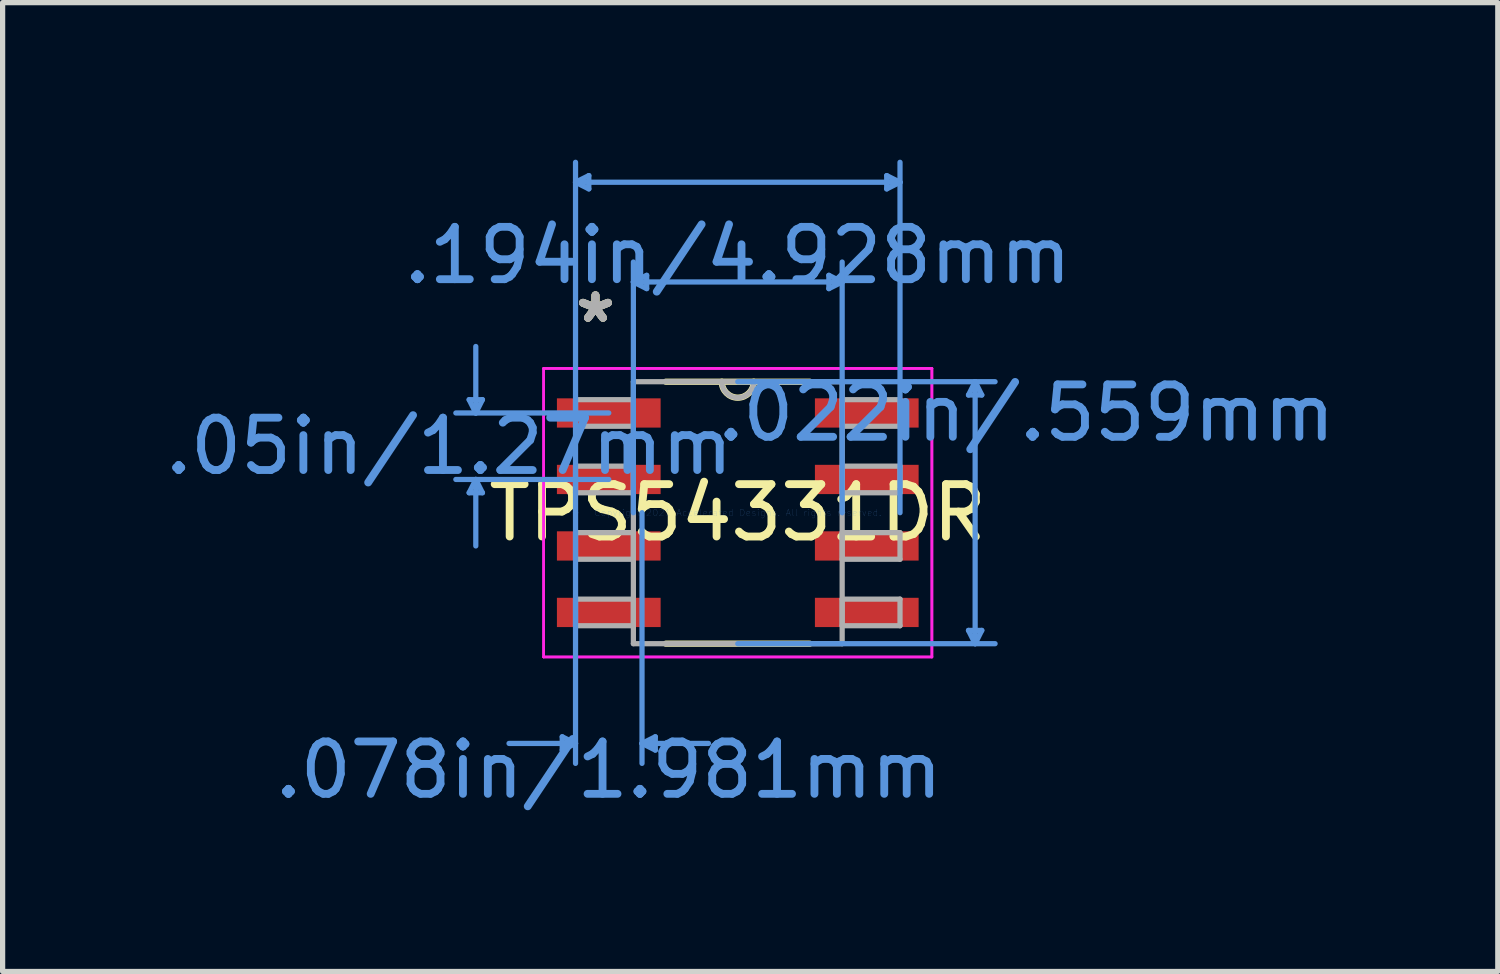
<source format=kicad_pcb>
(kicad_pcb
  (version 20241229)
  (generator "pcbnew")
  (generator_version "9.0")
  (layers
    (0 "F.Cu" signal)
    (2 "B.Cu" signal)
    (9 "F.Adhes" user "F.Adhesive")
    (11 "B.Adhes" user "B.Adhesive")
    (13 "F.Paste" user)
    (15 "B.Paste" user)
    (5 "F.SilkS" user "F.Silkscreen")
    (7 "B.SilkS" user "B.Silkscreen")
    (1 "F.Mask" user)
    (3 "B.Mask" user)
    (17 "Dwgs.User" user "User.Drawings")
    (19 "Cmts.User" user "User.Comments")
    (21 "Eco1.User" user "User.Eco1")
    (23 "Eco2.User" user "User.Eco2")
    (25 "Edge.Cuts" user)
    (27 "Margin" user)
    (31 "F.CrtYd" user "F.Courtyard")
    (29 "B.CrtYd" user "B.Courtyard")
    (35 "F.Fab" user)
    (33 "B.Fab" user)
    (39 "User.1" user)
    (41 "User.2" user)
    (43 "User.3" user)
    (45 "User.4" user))
  (footprint "TPS54331DR"
    (layer "F.Cu")
    (at 11.042 6.743)
    (property "Reference" "TPS54331DR" (at 0 0 0) (layer "F.SilkS") (effects (font (size 1 1) (thickness 0.15))))
    (attr through_hole)
    (fp_line (start -1.374 2.502) (end 1.374 2.502) (stroke (width 0.12) (type solid)) (layer "F.SilkS"))
    (fp_line (start 1.374 -2.502) (end -1.374 -2.502) (stroke (width 0.12) (type solid)) (layer "F.SilkS"))
    (fp_arc (start 0.3048 -2.5019) (mid 0 -2.1971) (end -0.3048 -2.5019) (stroke (width 0.12) (type solid)) (layer "F.SilkS"))
    (fp_line (start -5.131 -2.159) (end -4.877 -2.159) (stroke (width 0.1) (type solid)) (layer "Cmts.User"))
    (fp_line (start -5.131 -0.381) (end -4.877 -0.381) (stroke (width 0.1) (type solid)) (layer "Cmts.User"))
    (fp_line (start -5.004 -1.905) (end -5.131 -2.159) (stroke (width 0.1) (type solid)) (layer "Cmts.User"))
    (fp_line (start -5.004 -1.905) (end -5.004 -3.175) (stroke (width 0.1) (type solid)) (layer "Cmts.User"))
    (fp_line (start -5.004 -1.905) (end -4.877 -2.159) (stroke (width 0.1) (type solid)) (layer "Cmts.User"))
    (fp_line (start -5.004 -0.635) (end -5.131 -0.381) (stroke (width 0.1) (type solid)) (layer "Cmts.User"))
    (fp_line (start -5.004 -0.635) (end -5.004 0.635) (stroke (width 0.1) (type solid)) (layer "Cmts.User"))
    (fp_line (start -5.004 -0.635) (end -4.877 -0.381) (stroke (width 0.1) (type solid)) (layer "Cmts.User"))
    (fp_line (start -3.353 4.28) (end -3.353 4.534) (stroke (width 0.1) (type solid)) (layer "Cmts.User"))
    (fp_line (start -3.099 -6.312) (end -2.845 -6.439) (stroke (width 0.1) (type solid)) (layer "Cmts.User"))
    (fp_line (start -3.099 -6.312) (end -2.845 -6.185) (stroke (width 0.1) (type solid)) (layer "Cmts.User"))
    (fp_line (start -3.099 -6.312) (end 3.099 -6.312) (stroke (width 0.1) (type solid)) (layer "Cmts.User"))
    (fp_line (start -3.099 0) (end -3.099 -6.693) (stroke (width 0.1) (type solid)) (layer "Cmts.User"))
    (fp_line (start -3.099 0) (end -3.099 4.788) (stroke (width 0.1) (type solid)) (layer "Cmts.User"))
    (fp_line (start -3.099 4.407) (end -4.369 4.407) (stroke (width 0.1) (type solid)) (layer "Cmts.User"))
    (fp_line (start -3.099 4.407) (end -3.353 4.28) (stroke (width 0.1) (type solid)) (layer "Cmts.User"))
    (fp_line (start -3.099 4.407) (end -3.353 4.534) (stroke (width 0.1) (type solid)) (layer "Cmts.User"))
    (fp_line (start -2.845 -6.439) (end -2.845 -6.185) (stroke (width 0.1) (type solid)) (layer "Cmts.User"))
    (fp_line (start -2.464 -1.905) (end -5.385 -1.905) (stroke (width 0.1) (type solid)) (layer "Cmts.User"))
    (fp_line (start -2.464 -0.635) (end -5.385 -0.635) (stroke (width 0.1) (type solid)) (layer "Cmts.User"))
    (fp_line (start -1.994 -4.407) (end -1.74 -4.534) (stroke (width 0.1) (type solid)) (layer "Cmts.User"))
    (fp_line (start -1.994 -4.407) (end -1.74 -4.28) (stroke (width 0.1) (type solid)) (layer "Cmts.User"))
    (fp_line (start -1.994 -4.407) (end 1.994 -4.407) (stroke (width 0.1) (type solid)) (layer "Cmts.User"))
    (fp_line (start -1.994 0) (end -1.994 -4.788) (stroke (width 0.1) (type solid)) (layer "Cmts.User"))
    (fp_line (start -1.829 0) (end -1.829 4.788) (stroke (width 0.1) (type solid)) (layer "Cmts.User"))
    (fp_line (start -1.829 4.407) (end -1.575 4.28) (stroke (width 0.1) (type solid)) (layer "Cmts.User"))
    (fp_line (start -1.829 4.407) (end -1.575 4.534) (stroke (width 0.1) (type solid)) (layer "Cmts.User"))
    (fp_line (start -1.829 4.407) (end -0.559 4.407) (stroke (width 0.1) (type solid)) (layer "Cmts.User"))
    (fp_line (start -1.74 -4.534) (end -1.74 -4.28) (stroke (width 0.1) (type solid)) (layer "Cmts.User"))
    (fp_line (start -1.575 4.28) (end -1.575 4.534) (stroke (width 0.1) (type solid)) (layer "Cmts.User"))
    (fp_line (start 0 -2.502) (end 4.915 -2.502) (stroke (width 0.1) (type solid)) (layer "Cmts.User"))
    (fp_line (start 0 2.502) (end 4.915 2.502) (stroke (width 0.1) (type solid)) (layer "Cmts.User"))
    (fp_line (start 1.74 -4.534) (end 1.74 -4.28) (stroke (width 0.1) (type solid)) (layer "Cmts.User"))
    (fp_line (start 1.994 -4.407) (end 1.74 -4.534) (stroke (width 0.1) (type solid)) (layer "Cmts.User"))
    (fp_line (start 1.994 -4.407) (end 1.74 -4.28) (stroke (width 0.1) (type solid)) (layer "Cmts.User"))
    (fp_line (start 1.994 0) (end 1.994 -4.788) (stroke (width 0.1) (type solid)) (layer "Cmts.User"))
    (fp_line (start 2.845 -6.439) (end 2.845 -6.185) (stroke (width 0.1) (type solid)) (layer "Cmts.User"))
    (fp_line (start 3.099 -6.312) (end 2.845 -6.439) (stroke (width 0.1) (type solid)) (layer "Cmts.User"))
    (fp_line (start 3.099 -6.312) (end 2.845 -6.185) (stroke (width 0.1) (type solid)) (layer "Cmts.User"))
    (fp_line (start 3.099 0) (end 3.099 -6.693) (stroke (width 0.1) (type solid)) (layer "Cmts.User"))
    (fp_line (start 4.407 -2.248) (end 4.661 -2.248) (stroke (width 0.1) (type solid)) (layer "Cmts.User"))
    (fp_line (start 4.407 2.248) (end 4.661 2.248) (stroke (width 0.1) (type solid)) (layer "Cmts.User"))
    (fp_line (start 4.534 -2.502) (end 4.407 -2.248) (stroke (width 0.1) (type solid)) (layer "Cmts.User"))
    (fp_line (start 4.534 -2.502) (end 4.534 2.502) (stroke (width 0.1) (type solid)) (layer "Cmts.User"))
    (fp_line (start 4.534 -2.502) (end 4.661 -2.248) (stroke (width 0.1) (type solid)) (layer "Cmts.User"))
    (fp_line (start 4.534 2.502) (end 4.407 2.248) (stroke (width 0.1) (type solid)) (layer "Cmts.User"))
    (fp_line (start 4.534 2.502) (end 4.661 2.248) (stroke (width 0.1) (type solid)) (layer "Cmts.User"))
    (fp_line (start -3.708 -2.756) (end 3.708 -2.756) (stroke (width 0.05) (type solid)) (layer "F.CrtYd"))
    (fp_line (start -3.708 -2.756) (end 3.708 -2.756) (stroke (width 0.05) (type solid)) (layer "F.CrtYd"))
    (fp_line (start -3.708 2.756) (end -3.708 -2.756) (stroke (width 0.05) (type solid)) (layer "F.CrtYd"))
    (fp_line (start -3.708 2.756) (end -3.708 -2.756) (stroke (width 0.05) (type solid)) (layer "F.CrtYd"))
    (fp_line (start 3.708 -2.756) (end 3.708 2.756) (stroke (width 0.05) (type solid)) (layer "F.CrtYd"))
    (fp_line (start 3.708 -2.756) (end 3.708 2.756) (stroke (width 0.05) (type solid)) (layer "F.CrtYd"))
    (fp_line (start 3.708 2.756) (end -3.708 2.756) (stroke (width 0.05) (type solid)) (layer "F.CrtYd"))
    (fp_line (start 3.708 2.756) (end -3.708 2.756) (stroke (width 0.05) (type solid)) (layer "F.CrtYd"))
    (fp_line (start -3.099 -2.159) (end -3.099 -1.651) (stroke (width 0.1) (type solid)) (layer "F.Fab"))
    (fp_line (start -3.099 -1.651) (end -1.994 -1.651) (stroke (width 0.1) (type solid)) (layer "F.Fab"))
    (fp_line (start -3.099 -0.889) (end -3.099 -0.381) (stroke (width 0.1) (type solid)) (layer "F.Fab"))
    (fp_line (start -3.099 -0.381) (end -1.994 -0.381) (stroke (width 0.1) (type solid)) (layer "F.Fab"))
    (fp_line (start -3.099 0.381) (end -3.099 0.889) (stroke (width 0.1) (type solid)) (layer "F.Fab"))
    (fp_line (start -3.099 0.889) (end -1.994 0.889) (stroke (width 0.1) (type solid)) (layer "F.Fab"))
    (fp_line (start -3.099 1.651) (end -3.099 2.159) (stroke (width 0.1) (type solid)) (layer "F.Fab"))
    (fp_line (start -3.099 2.159) (end -1.994 2.159) (stroke (width 0.1) (type solid)) (layer "F.Fab"))
    (fp_line (start -1.994 -2.502) (end -1.994 2.502) (stroke (width 0.1) (type solid)) (layer "F.Fab"))
    (fp_line (start -1.994 -2.159) (end -3.099 -2.159) (stroke (width 0.1) (type solid)) (layer "F.Fab"))
    (fp_line (start -1.994 -1.651) (end -1.994 -2.159) (stroke (width 0.1) (type solid)) (layer "F.Fab"))
    (fp_line (start -1.994 -0.889) (end -3.099 -0.889) (stroke (width 0.1) (type solid)) (layer "F.Fab"))
    (fp_line (start -1.994 -0.381) (end -1.994 -0.889) (stroke (width 0.1) (type solid)) (layer "F.Fab"))
    (fp_line (start -1.994 0.381) (end -3.099 0.381) (stroke (width 0.1) (type solid)) (layer "F.Fab"))
    (fp_line (start -1.994 0.889) (end -1.994 0.381) (stroke (width 0.1) (type solid)) (layer "F.Fab"))
    (fp_line (start -1.994 1.651) (end -3.099 1.651) (stroke (width 0.1) (type solid)) (layer "F.Fab"))
    (fp_line (start -1.994 2.159) (end -1.994 1.651) (stroke (width 0.1) (type solid)) (layer "F.Fab"))
    (fp_line (start -1.994 2.502) (end 1.994 2.502) (stroke (width 0.1) (type solid)) (layer "F.Fab"))
    (fp_line (start 1.994 -2.502) (end -1.994 -2.502) (stroke (width 0.1) (type solid)) (layer "F.Fab"))
    (fp_line (start 1.994 -2.159) (end 1.994 -1.651) (stroke (width 0.1) (type solid)) (layer "F.Fab"))
    (fp_line (start 1.994 -1.651) (end 3.099 -1.651) (stroke (width 0.1) (type solid)) (layer "F.Fab"))
    (fp_line (start 1.994 -0.889) (end 1.994 -0.381) (stroke (width 0.1) (type solid)) (layer "F.Fab"))
    (fp_line (start 1.994 -0.381) (end 3.099 -0.381) (stroke (width 0.1) (type solid)) (layer "F.Fab"))
    (fp_line (start 1.994 0.381) (end 1.994 0.889) (stroke (width 0.1) (type solid)) (layer "F.Fab"))
    (fp_line (start 1.994 0.889) (end 3.099 0.889) (stroke (width 0.1) (type solid)) (layer "F.Fab"))
    (fp_line (start 1.994 1.651) (end 1.994 2.159) (stroke (width 0.1) (type solid)) (layer "F.Fab"))
    (fp_line (start 1.994 2.159) (end 3.099 2.159) (stroke (width 0.1) (type solid)) (layer "F.Fab"))
    (fp_line (start 1.994 2.502) (end 1.994 -2.502) (stroke (width 0.1) (type solid)) (layer "F.Fab"))
    (fp_line (start 3.099 -2.159) (end 1.994 -2.159) (stroke (width 0.1) (type solid)) (layer "F.Fab"))
    (fp_line (start 3.099 -1.651) (end 3.099 -2.159) (stroke (width 0.1) (type solid)) (layer "F.Fab"))
    (fp_line (start 3.099 -0.889) (end 1.994 -0.889) (stroke (width 0.1) (type solid)) (layer "F.Fab"))
    (fp_line (start 3.099 -0.381) (end 3.099 -0.889) (stroke (width 0.1) (type solid)) (layer "F.Fab"))
    (fp_line (start 3.099 0.381) (end 1.994 0.381) (stroke (width 0.1) (type solid)) (layer "F.Fab"))
    (fp_line (start 3.099 0.889) (end 3.099 0.381) (stroke (width 0.1) (type solid)) (layer "F.Fab"))
    (fp_line (start 3.099 1.651) (end 1.994 1.651) (stroke (width 0.1) (type solid)) (layer "F.Fab"))
    (fp_line (start 3.099 2.159) (end 3.099 1.651) (stroke (width 0.1) (type solid)) (layer "F.Fab"))
    (fp_arc (start 0.3048 -2.5019) (mid 0 -2.1971) (end -0.3048 -2.5019) (stroke (width 0.1) (type solid)) (layer "F.Fab"))
    (fp_text user "*" (at -2.718 -3.607 0) (layer "F.SilkS") (effects (font (size 1 1) (thickness 0.15))))
    (fp_text user "*" (at -2.718 -3.607 0) (layer "F.SilkS") (effects (font (size 1 1) (thickness 0.15))))
    (fp_text user ".05in/1.27mm" (at -5.512 -1.27 0) (layer "Cmts.User") (effects (font (size 1 1) (thickness 0.15))))
    (fp_text user ".078in/1.981mm" (at -2.464 4.915 0) (layer "Cmts.User") (effects (font (size 1 1) (thickness 0.15))))
    (fp_text user ".022in/.559mm" (at 5.512 -1.905 0) (layer "Cmts.User") (effects (font (size 1 1) (thickness 0.15))))
    (fp_text user "Copyright 2021 Accelerated Designs. All rights reserved." (at 0 0 0) (layer "Cmts.User") (effects (font (size 0.127 0.127) (thickness 0.002))))
    (fp_text user ".194in/4.928mm" (at 0 -4.915 0) (layer "Cmts.User") (effects (font (size 1 1) (thickness 0.15))))
    (fp_text user "*" (at -2.718 -3.607 0) (layer "F.Fab") (effects (font (size 1 1) (thickness 0.15))))
    (fp_text user "*" (at -2.718 -3.607 0) (layer "F.Fab") (effects (font (size 1 1) (thickness 0.15))))
    (pad "1" smd rect (at -2.464 -1.905) (size 1.981 0.559) (layers "F.Cu" "F.Mask" "F.Paste"))
    (pad "2" smd rect (at -2.464 -0.635) (size 1.981 0.559) (layers "F.Cu" "F.Mask" "F.Paste"))
    (pad "3" smd rect (at -2.464 0.635) (size 1.981 0.559) (layers "F.Cu" "F.Mask" "F.Paste"))
    (pad "4" smd rect (at -2.464 1.905) (size 1.981 0.559) (layers "F.Cu" "F.Mask" "F.Paste"))
    (pad "5" smd rect (at 2.464 1.905) (size 1.981 0.559) (layers "F.Cu" "F.Mask" "F.Paste"))
    (pad "6" smd rect (at 2.464 0.635) (size 1.981 0.559) (layers "F.Cu" "F.Mask" "F.Paste"))
    (pad "7" smd rect (at 2.464 -0.635) (size 1.981 0.559) (layers "F.Cu" "F.Mask" "F.Paste"))
    (pad "8" smd rect (at 2.464 -1.905) (size 1.981 0.559) (layers "F.Cu" "F.Mask" "F.Paste")))
  (gr_rect
    (start -3 -3)
    (end 25.559 15.506)
    (stroke (width 0.1) (type default))
    (fill no)
    (layer "Edge.Cuts")))
</source>
